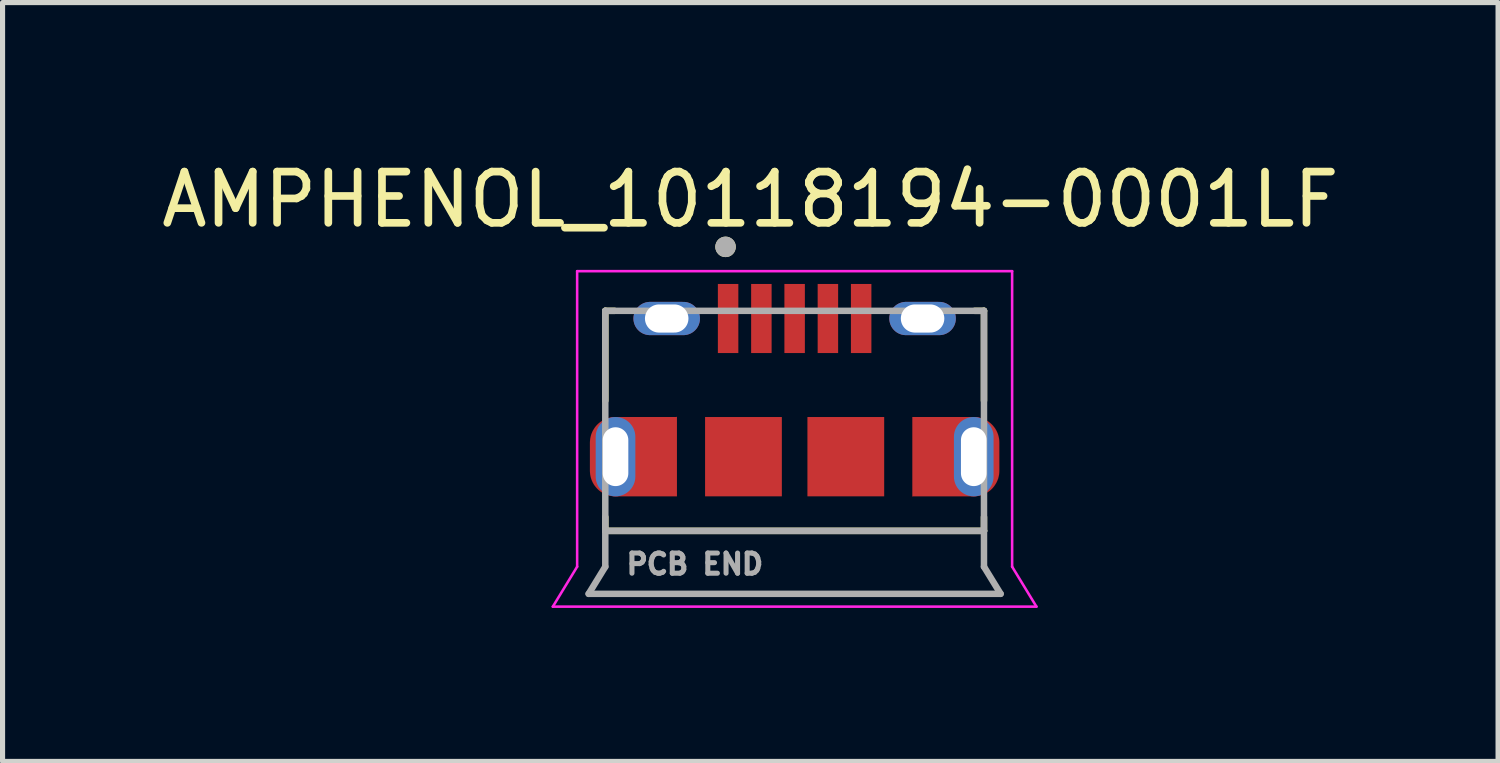
<source format=kicad_pcb>
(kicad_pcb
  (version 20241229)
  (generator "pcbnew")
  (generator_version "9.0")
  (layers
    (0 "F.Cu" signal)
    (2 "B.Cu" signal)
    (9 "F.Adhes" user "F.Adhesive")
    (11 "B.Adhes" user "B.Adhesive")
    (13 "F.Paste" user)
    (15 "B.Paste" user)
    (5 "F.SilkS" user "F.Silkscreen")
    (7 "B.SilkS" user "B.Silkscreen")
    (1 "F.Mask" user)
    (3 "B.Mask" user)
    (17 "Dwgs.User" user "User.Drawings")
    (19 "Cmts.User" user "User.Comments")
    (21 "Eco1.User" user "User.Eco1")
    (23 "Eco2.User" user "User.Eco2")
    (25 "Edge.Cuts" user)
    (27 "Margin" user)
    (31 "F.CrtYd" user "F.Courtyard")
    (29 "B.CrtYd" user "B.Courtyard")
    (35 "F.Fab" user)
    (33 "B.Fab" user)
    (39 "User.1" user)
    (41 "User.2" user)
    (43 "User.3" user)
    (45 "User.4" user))
  (footprint "AMPHENOL_10118194-0001LF"
    (layer "F.Cu")
    (at 12.478 5.874)
    (property "Reference" "AMPHENOL_10118194-0001LF" (at -0.866 -5.025 0) (layer "F.SilkS") (effects (font (size 1.001 1.001) (thickness 0.15))))
    (attr smd)
    (fp_poly (pts (xy -2.3 -0.78) (xy -2.3 0.775) (xy -3.498 0.775) (xy -3.498 0.575) (xy -3.486 0.575) (xy -3.473 0.574) (xy -3.46 0.572) (xy -3.447 0.57) (xy -3.434 0.567) (xy -3.422 0.563) (xy -3.41 0.558) (xy -3.398 0.553) (xy -3.386 0.548) (xy -3.374 0.542) (xy -3.363 0.535) (xy -3.353 0.527) (xy -3.342 0.52) (xy -3.332 0.511) (xy -3.323 0.502) (xy -3.314 0.493) (xy -3.305 0.483) (xy -3.298 0.472) (xy -3.29 0.462) (xy -3.283 0.451) (xy -3.277 0.439) (xy -3.272 0.427) (xy -3.267 0.415) (xy -3.262 0.403) (xy -3.258 0.391) (xy -3.255 0.378) (xy -3.253 0.365) (xy -3.251 0.352) (xy -3.25 0.339) (xy -3.25 0.325) (xy -3.25 0.315) (xy -3.25 -0.315) (xy -3.25 -0.325) (xy -3.25 -0.338) (xy -3.251 -0.351) (xy -3.253 -0.364) (xy -3.255 -0.377) (xy -3.259 -0.39) (xy -3.262 -0.402) (xy -3.267 -0.415) (xy -3.272 -0.427) (xy -3.277 -0.438) (xy -3.283 -0.45) (xy -3.29 -0.461) (xy -3.298 -0.472) (xy -3.306 -0.482) (xy -3.314 -0.492) (xy -3.323 -0.502) (xy -3.333 -0.511) (xy -3.343 -0.519) (xy -3.353 -0.527) (xy -3.364 -0.535) (xy -3.375 -0.542) (xy -3.387 -0.548) (xy -3.398 -0.553) (xy -3.41 -0.558) (xy -3.423 -0.563) (xy -3.435 -0.566) (xy -3.448 -0.57) (xy -3.461 -0.572) (xy -3.474 -0.574) (xy -3.487 -0.575) (xy -3.5 -0.575) (xy -3.513 -0.575) (xy -3.526 -0.574) (xy -3.539 -0.572) (xy -3.552 -0.57) (xy -3.565 -0.566) (xy -3.577 -0.563) (xy -3.59 -0.558) (xy -3.602 -0.553) (xy -3.613 -0.548) (xy -3.625 -0.542) (xy -3.636 -0.535) (xy -3.647 -0.527) (xy -3.657 -0.519) (xy -3.667 -0.511) (xy -3.677 -0.502) (xy -3.686 -0.492) (xy -3.694 -0.482) (xy -3.702 -0.472) (xy -3.71 -0.461) (xy -3.717 -0.45) (xy -3.723 -0.438) (xy -3.728 -0.427) (xy -3.733 -0.415) (xy -3.738 -0.402) (xy -3.741 -0.39) (xy -3.745 -0.377) (xy -3.747 -0.364) (xy -3.749 -0.351) (xy -3.75 -0.338) (xy -3.75 -0.325) (xy -3.75 0.325) (xy -3.75 0.339) (xy -3.749 0.352) (xy -3.747 0.365) (xy -3.745 0.378) (xy -3.742 0.391) (xy -3.738 0.403) (xy -3.733 0.415) (xy -3.728 0.427) (xy -3.723 0.439) (xy -3.717 0.451) (xy -3.71 0.462) (xy -3.702 0.472) (xy -3.695 0.483) (xy -3.686 0.493) (xy -3.677 0.502) (xy -3.668 0.511) (xy -3.658 0.52) (xy -3.647 0.527) (xy -3.637 0.535) (xy -3.626 0.542) (xy -3.614 0.548) (xy -3.602 0.553) (xy -3.59 0.558) (xy -3.578 0.563) (xy -3.566 0.567) (xy -3.553 0.57) (xy -3.54 0.572) (xy -3.527 0.574) (xy -3.514 0.575) (xy -3.502 0.575) (xy -3.502 0.775) (xy -3.527 0.774) (xy -3.553 0.772) (xy -3.579 0.769) (xy -3.605 0.764) (xy -3.63 0.758) (xy -3.655 0.751) (xy -3.68 0.742) (xy -3.704 0.732) (xy -3.728 0.721) (xy -3.751 0.708) (xy -3.773 0.695) (xy -3.794 0.68) (xy -3.815 0.664) (xy -3.835 0.647) (xy -3.854 0.629) (xy -3.872 0.61) (xy -3.889 0.59) (xy -3.905 0.569) (xy -3.92 0.548) (xy -3.933 0.526) (xy -3.946 0.503) (xy -3.957 0.479) (xy -3.967 0.455) (xy -3.976 0.43) (xy -3.983 0.405) (xy -3.989 0.38) (xy -3.994 0.354) (xy -3.997 0.328) (xy -3.999 0.302) (xy -4 0.275) (xy -4 -0.275) (xy -3.999 -0.301) (xy -3.997 -0.327) (xy -3.994 -0.353) (xy -3.989 -0.379) (xy -3.983 -0.404) (xy -3.976 -0.43) (xy -3.967 -0.454) (xy -3.957 -0.478) (xy -3.946 -0.502) (xy -3.933 -0.525) (xy -3.919 -0.547) (xy -3.905 -0.569) (xy -3.889 -0.59) (xy -3.872 -0.61) (xy -3.854 -0.629) (xy -3.835 -0.647) (xy -3.815 -0.664) (xy -3.794 -0.68) (xy -3.772 -0.694) (xy -3.75 -0.708) (xy -3.727 -0.721) (xy -3.703 -0.732) (xy -3.679 -0.742) (xy -3.655 -0.751) (xy -3.629 -0.758) (xy -3.604 -0.764) (xy -3.578 -0.769) (xy -3.552 -0.772) (xy -3.526 -0.774) (xy -3.5 -0.775) (xy -2.305 -0.775) (xy -2.305 -0.78) (xy -2.3 -0.78)) (stroke (width 0.001) (type solid)) (fill yes) (layer "F.Cu"))
    (fp_poly (pts (xy 2.3 0.78) (xy 2.3 -0.775) (xy 3.498 -0.775) (xy 3.498 -0.575) (xy 3.486 -0.575) (xy 3.473 -0.574) (xy 3.46 -0.572) (xy 3.447 -0.57) (xy 3.434 -0.567) (xy 3.422 -0.563) (xy 3.41 -0.558) (xy 3.398 -0.553) (xy 3.386 -0.548) (xy 3.374 -0.542) (xy 3.363 -0.535) (xy 3.353 -0.527) (xy 3.342 -0.52) (xy 3.332 -0.511) (xy 3.323 -0.502) (xy 3.314 -0.493) (xy 3.305 -0.483) (xy 3.298 -0.472) (xy 3.29 -0.462) (xy 3.283 -0.451) (xy 3.277 -0.439) (xy 3.272 -0.427) (xy 3.267 -0.415) (xy 3.262 -0.403) (xy 3.258 -0.391) (xy 3.255 -0.378) (xy 3.253 -0.365) (xy 3.251 -0.352) (xy 3.25 -0.339) (xy 3.25 -0.325) (xy 3.25 -0.315) (xy 3.25 0.315) (xy 3.25 0.325) (xy 3.25 0.338) (xy 3.251 0.351) (xy 3.253 0.364) (xy 3.255 0.377) (xy 3.259 0.39) (xy 3.262 0.402) (xy 3.267 0.415) (xy 3.272 0.427) (xy 3.277 0.438) (xy 3.283 0.45) (xy 3.29 0.461) (xy 3.298 0.472) (xy 3.306 0.482) (xy 3.314 0.492) (xy 3.323 0.502) (xy 3.333 0.511) (xy 3.343 0.519) (xy 3.353 0.527) (xy 3.364 0.535) (xy 3.375 0.542) (xy 3.387 0.548) (xy 3.398 0.553) (xy 3.41 0.558) (xy 3.423 0.563) (xy 3.435 0.566) (xy 3.448 0.57) (xy 3.461 0.572) (xy 3.474 0.574) (xy 3.487 0.575) (xy 3.5 0.575) (xy 3.513 0.575) (xy 3.526 0.574) (xy 3.539 0.572) (xy 3.552 0.57) (xy 3.565 0.566) (xy 3.577 0.563) (xy 3.59 0.558) (xy 3.602 0.553) (xy 3.613 0.548) (xy 3.625 0.542) (xy 3.636 0.535) (xy 3.647 0.527) (xy 3.657 0.519) (xy 3.667 0.511) (xy 3.677 0.502) (xy 3.686 0.492) (xy 3.694 0.482) (xy 3.702 0.472) (xy 3.71 0.461) (xy 3.717 0.45) (xy 3.723 0.438) (xy 3.728 0.427) (xy 3.733 0.415) (xy 3.738 0.402) (xy 3.741 0.39) (xy 3.745 0.377) (xy 3.747 0.364) (xy 3.749 0.351) (xy 3.75 0.338) (xy 3.75 0.325) (xy 3.75 -0.325) (xy 3.75 -0.339) (xy 3.749 -0.352) (xy 3.747 -0.365) (xy 3.745 -0.378) (xy 3.742 -0.391) (xy 3.738 -0.403) (xy 3.733 -0.415) (xy 3.728 -0.427) (xy 3.723 -0.439) (xy 3.717 -0.451) (xy 3.71 -0.462) (xy 3.702 -0.472) (xy 3.695 -0.483) (xy 3.686 -0.493) (xy 3.677 -0.502) (xy 3.668 -0.511) (xy 3.658 -0.52) (xy 3.647 -0.527) (xy 3.637 -0.535) (xy 3.626 -0.542) (xy 3.614 -0.548) (xy 3.602 -0.553) (xy 3.59 -0.558) (xy 3.578 -0.563) (xy 3.566 -0.567) (xy 3.553 -0.57) (xy 3.54 -0.572) (xy 3.527 -0.574) (xy 3.514 -0.575) (xy 3.502 -0.575) (xy 3.502 -0.775) (xy 3.527 -0.774) (xy 3.553 -0.772) (xy 3.579 -0.769) (xy 3.605 -0.764) (xy 3.63 -0.758) (xy 3.655 -0.751) (xy 3.68 -0.742) (xy 3.704 -0.732) (xy 3.728 -0.721) (xy 3.751 -0.708) (xy 3.773 -0.695) (xy 3.794 -0.68) (xy 3.815 -0.664) (xy 3.835 -0.647) (xy 3.854 -0.629) (xy 3.872 -0.61) (xy 3.889 -0.59) (xy 3.905 -0.569) (xy 3.92 -0.548) (xy 3.933 -0.526) (xy 3.946 -0.503) (xy 3.957 -0.479) (xy 3.967 -0.455) (xy 3.976 -0.43) (xy 3.983 -0.405) (xy 3.989 -0.38) (xy 3.994 -0.354) (xy 3.997 -0.328) (xy 3.999 -0.302) (xy 4 -0.275) (xy 4 0.275) (xy 3.999 0.301) (xy 3.997 0.327) (xy 3.994 0.353) (xy 3.989 0.379) (xy 3.983 0.404) (xy 3.976 0.43) (xy 3.967 0.454) (xy 3.957 0.478) (xy 3.946 0.502) (xy 3.933 0.525) (xy 3.919 0.547) (xy 3.905 0.569) (xy 3.889 0.59) (xy 3.872 0.61) (xy 3.854 0.629) (xy 3.835 0.647) (xy 3.815 0.664) (xy 3.794 0.68) (xy 3.772 0.694) (xy 3.75 0.708) (xy 3.727 0.721) (xy 3.703 0.732) (xy 3.679 0.742) (xy 3.655 0.751) (xy 3.629 0.758) (xy 3.604 0.764) (xy 3.578 0.769) (xy 3.552 0.772) (xy 3.526 0.774) (xy 3.5 0.775) (xy 2.305 0.775) (xy 2.305 0.78) (xy 2.3 0.78)) (stroke (width 0.001) (type solid)) (fill yes) (layer "F.Cu"))
    (fp_poly (pts (xy -3.6 -0.875) (xy -2.2 -0.875) (xy -2.2 0.875) (xy -3.6 0.875) (xy -3.626 0.874) (xy -3.652 0.872) (xy -3.678 0.869) (xy -3.704 0.864) (xy -3.729 0.858) (xy -3.755 0.851) (xy -3.779 0.842) (xy -3.803 0.832) (xy -3.827 0.821) (xy -3.85 0.808) (xy -3.872 0.794) (xy -3.894 0.78) (xy -3.915 0.764) (xy -3.935 0.747) (xy -3.954 0.729) (xy -3.972 0.71) (xy -3.989 0.69) (xy -4.005 0.669) (xy -4.019 0.647) (xy -4.033 0.625) (xy -4.046 0.602) (xy -4.057 0.578) (xy -4.067 0.554) (xy -4.076 0.53) (xy -4.083 0.504) (xy -4.089 0.479) (xy -4.094 0.453) (xy -4.097 0.427) (xy -4.099 0.401) (xy -4.1 0.375) (xy -4.1 -0.375) (xy -4.099 -0.401) (xy -4.097 -0.427) (xy -4.094 -0.453) (xy -4.089 -0.479) (xy -4.083 -0.504) (xy -4.076 -0.53) (xy -4.067 -0.554) (xy -4.057 -0.578) (xy -4.046 -0.602) (xy -4.033 -0.625) (xy -4.019 -0.647) (xy -4.005 -0.669) (xy -3.989 -0.69) (xy -3.972 -0.71) (xy -3.954 -0.729) (xy -3.935 -0.747) (xy -3.915 -0.764) (xy -3.894 -0.78) (xy -3.872 -0.794) (xy -3.85 -0.808) (xy -3.827 -0.821) (xy -3.803 -0.832) (xy -3.779 -0.842) (xy -3.755 -0.851) (xy -3.729 -0.858) (xy -3.704 -0.864) (xy -3.678 -0.869) (xy -3.652 -0.872) (xy -3.626 -0.874) (xy -3.6 -0.875)) (stroke (width 0.0001) (type solid)) (fill yes) (layer "F.Mask"))
    (fp_poly (pts (xy 3.6 0.875) (xy 2.2 0.875) (xy 2.2 -0.875) (xy 3.6 -0.875) (xy 3.626 -0.874) (xy 3.652 -0.872) (xy 3.678 -0.869) (xy 3.704 -0.864) (xy 3.729 -0.858) (xy 3.755 -0.851) (xy 3.779 -0.842) (xy 3.803 -0.832) (xy 3.827 -0.821) (xy 3.85 -0.808) (xy 3.872 -0.794) (xy 3.894 -0.78) (xy 3.915 -0.764) (xy 3.935 -0.747) (xy 3.954 -0.729) (xy 3.972 -0.71) (xy 3.989 -0.69) (xy 4.005 -0.669) (xy 4.019 -0.647) (xy 4.033 -0.625) (xy 4.046 -0.602) (xy 4.057 -0.578) (xy 4.067 -0.554) (xy 4.076 -0.53) (xy 4.083 -0.504) (xy 4.089 -0.479) (xy 4.094 -0.453) (xy 4.097 -0.427) (xy 4.099 -0.401) (xy 4.1 -0.375) (xy 4.1 0.375) (xy 4.099 0.401) (xy 4.097 0.427) (xy 4.094 0.453) (xy 4.089 0.479) (xy 4.083 0.504) (xy 4.076 0.53) (xy 4.067 0.554) (xy 4.057 0.578) (xy 4.046 0.602) (xy 4.033 0.625) (xy 4.019 0.647) (xy 4.005 0.669) (xy 3.989 0.69) (xy 3.972 0.71) (xy 3.954 0.729) (xy 3.935 0.747) (xy 3.915 0.764) (xy 3.894 0.78) (xy 3.872 0.794) (xy 3.85 0.808) (xy 3.827 0.821) (xy 3.803 0.832) (xy 3.779 0.842) (xy 3.755 0.851) (xy 3.729 0.858) (xy 3.704 0.864) (xy 3.678 0.869) (xy 3.652 0.872) (xy 3.626 0.874) (xy 3.6 0.875)) (stroke (width 0.0001) (type solid)) (fill yes) (layer "F.Mask"))
    (fp_line (start -3.7 -2.85) (end -3.7 -1.095) (stroke (width 0.127) (type solid)) (layer "F.SilkS"))
    (fp_line (start -3.7 -2.85) (end -3.52 -2.85) (stroke (width 0.127) (type solid)) (layer "F.SilkS"))
    (fp_line (start -3.7 1.45) (end -3.7 1.18) (stroke (width 0.127) (type solid)) (layer "F.SilkS"))
    (fp_line (start -3.7 1.45) (end 3.7 1.45) (stroke (width 0.127) (type solid)) (layer "F.SilkS"))
    (fp_line (start 3.7 -2.85) (end 3.52 -2.85) (stroke (width 0.127) (type solid)) (layer "F.SilkS"))
    (fp_line (start 3.7 -2.85) (end 3.7 -1.095) (stroke (width 0.127) (type solid)) (layer "F.SilkS"))
    (fp_line (start 3.7 1.18) (end 3.7 1.45) (stroke (width 0.127) (type solid)) (layer "F.SilkS"))
    (fp_circle (center -1.35 -4.1) (end -1.25 -4.1) (stroke (width 0.2) (type solid)) (fill no) (layer "F.SilkS"))
    (fp_line (start -3.5 -0.77) (end -3.5 -0.6) (stroke (width 0.0001) (type solid)) (layer "F.Paste"))
    (fp_line (start 3.5 0.77) (end 3.5 0.6) (stroke (width 0.0001) (type solid)) (layer "F.Paste"))
    (fp_poly (pts (xy -3.5 -0.775) (xy -3.5 -0.575) (xy -3.487 -0.575) (xy -3.474 -0.574) (xy -3.461 -0.572) (xy -3.448 -0.57) (xy -3.435 -0.566) (xy -3.423 -0.563) (xy -3.41 -0.558) (xy -3.398 -0.553) (xy -3.387 -0.548) (xy -3.375 -0.542) (xy -3.364 -0.535) (xy -3.353 -0.527) (xy -3.343 -0.519) (xy -3.333 -0.511) (xy -3.323 -0.502) (xy -3.314 -0.492) (xy -3.306 -0.482) (xy -3.298 -0.472) (xy -3.29 -0.461) (xy -3.283 -0.45) (xy -3.277 -0.438) (xy -3.272 -0.427) (xy -3.267 -0.415) (xy -3.262 -0.402) (xy -3.259 -0.39) (xy -3.255 -0.377) (xy -3.253 -0.364) (xy -3.251 -0.351) (xy -3.25 -0.338) (xy -3.25 -0.325) (xy -3.25 0.325) (xy -3.25 0.338) (xy -3.251 0.351) (xy -3.253 0.364) (xy -3.255 0.377) (xy -3.259 0.39) (xy -3.262 0.402) (xy -3.267 0.415) (xy -3.272 0.427) (xy -3.277 0.438) (xy -3.283 0.45) (xy -3.29 0.461) (xy -3.298 0.472) (xy -3.306 0.482) (xy -3.314 0.492) (xy -3.323 0.502) (xy -3.333 0.511) (xy -3.343 0.519) (xy -3.353 0.527) (xy -3.364 0.535) (xy -3.375 0.542) (xy -3.387 0.548) (xy -3.398 0.553) (xy -3.41 0.558) (xy -3.423 0.563) (xy -3.435 0.566) (xy -3.448 0.57) (xy -3.461 0.572) (xy -3.474 0.574) (xy -3.487 0.575) (xy -3.5 0.575) (xy -3.5 0.775) (xy -2.3 0.775) (xy -2.3 -0.775) (xy -3.5 -0.775)) (stroke (width 0.0001) (type solid)) (fill yes) (layer "F.Paste"))
    (fp_poly (pts (xy 3.5 0.775) (xy 3.5 0.575) (xy 3.487 0.575) (xy 3.474 0.574) (xy 3.461 0.572) (xy 3.448 0.57) (xy 3.435 0.566) (xy 3.423 0.563) (xy 3.41 0.558) (xy 3.398 0.553) (xy 3.387 0.548) (xy 3.375 0.542) (xy 3.364 0.535) (xy 3.353 0.527) (xy 3.343 0.519) (xy 3.333 0.511) (xy 3.323 0.502) (xy 3.314 0.492) (xy 3.306 0.482) (xy 3.298 0.472) (xy 3.29 0.461) (xy 3.283 0.45) (xy 3.277 0.438) (xy 3.272 0.427) (xy 3.267 0.415) (xy 3.262 0.402) (xy 3.259 0.39) (xy 3.255 0.377) (xy 3.253 0.364) (xy 3.251 0.351) (xy 3.25 0.338) (xy 3.25 0.325) (xy 3.25 -0.325) (xy 3.25 -0.338) (xy 3.251 -0.351) (xy 3.253 -0.364) (xy 3.255 -0.377) (xy 3.259 -0.39) (xy 3.262 -0.402) (xy 3.267 -0.415) (xy 3.272 -0.427) (xy 3.277 -0.438) (xy 3.283 -0.45) (xy 3.29 -0.461) (xy 3.298 -0.472) (xy 3.306 -0.482) (xy 3.314 -0.492) (xy 3.323 -0.502) (xy 3.333 -0.511) (xy 3.343 -0.519) (xy 3.353 -0.527) (xy 3.364 -0.535) (xy 3.375 -0.542) (xy 3.387 -0.548) (xy 3.398 -0.553) (xy 3.41 -0.558) (xy 3.423 -0.563) (xy 3.435 -0.566) (xy 3.448 -0.57) (xy 3.461 -0.572) (xy 3.474 -0.574) (xy 3.487 -0.575) (xy 3.5 -0.575) (xy 3.5 -0.775) (xy 2.3 -0.775) (xy 2.3 0.775) (xy 3.5 0.775)) (stroke (width 0.0001) (type solid)) (fill yes) (layer "F.Paste"))
    (fp_poly (pts (xy -3.5 -0.775) (xy -3.5 -0.575) (xy -3.513 -0.575) (xy -3.526 -0.574) (xy -3.539 -0.572) (xy -3.552 -0.57) (xy -3.565 -0.566) (xy -3.577 -0.563) (xy -3.59 -0.558) (xy -3.602 -0.553) (xy -3.613 -0.548) (xy -3.625 -0.542) (xy -3.636 -0.535) (xy -3.647 -0.527) (xy -3.657 -0.519) (xy -3.667 -0.511) (xy -3.677 -0.502) (xy -3.686 -0.492) (xy -3.694 -0.482) (xy -3.702 -0.472) (xy -3.71 -0.461) (xy -3.717 -0.45) (xy -3.723 -0.438) (xy -3.728 -0.427) (xy -3.733 -0.415) (xy -3.738 -0.402) (xy -3.741 -0.39) (xy -3.745 -0.377) (xy -3.747 -0.364) (xy -3.749 -0.351) (xy -3.75 -0.338) (xy -3.75 -0.325) (xy -3.75 0.325) (xy -3.75 0.338) (xy -3.749 0.351) (xy -3.747 0.364) (xy -3.745 0.377) (xy -3.741 0.39) (xy -3.738 0.402) (xy -3.733 0.415) (xy -3.728 0.427) (xy -3.723 0.438) (xy -3.717 0.45) (xy -3.71 0.461) (xy -3.702 0.472) (xy -3.694 0.482) (xy -3.686 0.492) (xy -3.677 0.502) (xy -3.667 0.511) (xy -3.657 0.519) (xy -3.647 0.527) (xy -3.636 0.535) (xy -3.625 0.542) (xy -3.613 0.548) (xy -3.602 0.553) (xy -3.59 0.558) (xy -3.577 0.563) (xy -3.565 0.566) (xy -3.552 0.57) (xy -3.539 0.572) (xy -3.526 0.574) (xy -3.513 0.575) (xy -3.5 0.575) (xy -3.5 0.775) (xy -3.526 0.774) (xy -3.552 0.772) (xy -3.578 0.769) (xy -3.604 0.764) (xy -3.629 0.758) (xy -3.655 0.751) (xy -3.679 0.742) (xy -3.703 0.732) (xy -3.727 0.721) (xy -3.75 0.708) (xy -3.772 0.694) (xy -3.794 0.68) (xy -3.815 0.664) (xy -3.835 0.647) (xy -3.854 0.629) (xy -3.872 0.61) (xy -3.889 0.59) (xy -3.905 0.569) (xy -3.919 0.547) (xy -3.933 0.525) (xy -3.946 0.502) (xy -3.957 0.478) (xy -3.967 0.454) (xy -3.976 0.43) (xy -3.983 0.404) (xy -3.989 0.379) (xy -3.994 0.353) (xy -3.997 0.327) (xy -3.999 0.301) (xy -4 0.275) (xy -4 -0.275) (xy -3.999 -0.301) (xy -3.997 -0.327) (xy -3.994 -0.353) (xy -3.989 -0.379) (xy -3.983 -0.404) (xy -3.976 -0.43) (xy -3.967 -0.454) (xy -3.957 -0.478) (xy -3.946 -0.502) (xy -3.933 -0.525) (xy -3.919 -0.547) (xy -3.905 -0.569) (xy -3.889 -0.59) (xy -3.872 -0.61) (xy -3.854 -0.629) (xy -3.835 -0.647) (xy -3.815 -0.664) (xy -3.794 -0.68) (xy -3.772 -0.694) (xy -3.75 -0.708) (xy -3.727 -0.721) (xy -3.703 -0.732) (xy -3.679 -0.742) (xy -3.655 -0.751) (xy -3.629 -0.758) (xy -3.604 -0.764) (xy -3.578 -0.769) (xy -3.552 -0.772) (xy -3.526 -0.774) (xy -3.5 -0.775)) (stroke (width 0.0001) (type solid)) (fill yes) (layer "F.Paste"))
    (fp_poly (pts (xy 3.5 0.775) (xy 3.5 0.575) (xy 3.513 0.575) (xy 3.526 0.574) (xy 3.539 0.572) (xy 3.552 0.57) (xy 3.565 0.566) (xy 3.577 0.563) (xy 3.59 0.558) (xy 3.602 0.553) (xy 3.613 0.548) (xy 3.625 0.542) (xy 3.636 0.535) (xy 3.647 0.527) (xy 3.657 0.519) (xy 3.667 0.511) (xy 3.677 0.502) (xy 3.686 0.492) (xy 3.694 0.482) (xy 3.702 0.472) (xy 3.71 0.461) (xy 3.717 0.45) (xy 3.723 0.438) (xy 3.728 0.427) (xy 3.733 0.415) (xy 3.738 0.402) (xy 3.741 0.39) (xy 3.745 0.377) (xy 3.747 0.364) (xy 3.749 0.351) (xy 3.75 0.338) (xy 3.75 0.325) (xy 3.75 -0.325) (xy 3.75 -0.338) (xy 3.749 -0.351) (xy 3.747 -0.364) (xy 3.745 -0.377) (xy 3.741 -0.39) (xy 3.738 -0.402) (xy 3.733 -0.415) (xy 3.728 -0.427) (xy 3.723 -0.438) (xy 3.717 -0.45) (xy 3.71 -0.461) (xy 3.702 -0.472) (xy 3.694 -0.482) (xy 3.686 -0.492) (xy 3.677 -0.502) (xy 3.667 -0.511) (xy 3.657 -0.519) (xy 3.647 -0.527) (xy 3.636 -0.535) (xy 3.625 -0.542) (xy 3.613 -0.548) (xy 3.602 -0.553) (xy 3.59 -0.558) (xy 3.577 -0.563) (xy 3.565 -0.566) (xy 3.552 -0.57) (xy 3.539 -0.572) (xy 3.526 -0.574) (xy 3.513 -0.575) (xy 3.5 -0.575) (xy 3.5 -0.775) (xy 3.526 -0.774) (xy 3.552 -0.772) (xy 3.578 -0.769) (xy 3.604 -0.764) (xy 3.629 -0.758) (xy 3.655 -0.751) (xy 3.679 -0.742) (xy 3.703 -0.732) (xy 3.727 -0.721) (xy 3.75 -0.708) (xy 3.772 -0.694) (xy 3.794 -0.68) (xy 3.815 -0.664) (xy 3.835 -0.647) (xy 3.854 -0.629) (xy 3.872 -0.61) (xy 3.889 -0.59) (xy 3.905 -0.569) (xy 3.919 -0.547) (xy 3.933 -0.525) (xy 3.946 -0.502) (xy 3.957 -0.478) (xy 3.967 -0.454) (xy 3.976 -0.43) (xy 3.983 -0.404) (xy 3.989 -0.379) (xy 3.994 -0.353) (xy 3.997 -0.327) (xy 3.999 -0.301) (xy 4 -0.275) (xy 4 0.275) (xy 3.999 0.301) (xy 3.997 0.327) (xy 3.994 0.353) (xy 3.989 0.379) (xy 3.983 0.404) (xy 3.976 0.43) (xy 3.967 0.454) (xy 3.957 0.478) (xy 3.946 0.502) (xy 3.933 0.525) (xy 3.919 0.547) (xy 3.905 0.569) (xy 3.889 0.59) (xy 3.872 0.61) (xy 3.854 0.629) (xy 3.835 0.647) (xy 3.815 0.664) (xy 3.794 0.68) (xy 3.772 0.694) (xy 3.75 0.708) (xy 3.727 0.721) (xy 3.703 0.732) (xy 3.679 0.742) (xy 3.655 0.751) (xy 3.629 0.758) (xy 3.604 0.764) (xy 3.578 0.769) (xy 3.552 0.772) (xy 3.526 0.774) (xy 3.5 0.775)) (stroke (width 0.0001) (type solid)) (fill yes) (layer "F.Paste"))
    (fp_line (start -4.725 2.93) (end -4.25 2.15) (stroke (width 0.05) (type solid)) (layer "F.CrtYd"))
    (fp_line (start -4.25 -3.625) (end 4.25 -3.625) (stroke (width 0.05) (type solid)) (layer "F.CrtYd"))
    (fp_line (start -4.25 2.15) (end -4.25 -3.625) (stroke (width 0.05) (type solid)) (layer "F.CrtYd"))
    (fp_line (start 4.25 2.15) (end 4.25 -3.625) (stroke (width 0.05) (type solid)) (layer "F.CrtYd"))
    (fp_line (start 4.725 2.93) (end -4.725 2.93) (stroke (width 0.05) (type solid)) (layer "F.CrtYd"))
    (fp_line (start 4.725 2.93) (end 4.25 2.15) (stroke (width 0.05) (type solid)) (layer "F.CrtYd"))
    (fp_line (start -4.025 2.68) (end 4.025 2.68) (stroke (width 0.127) (type solid)) (layer "F.Fab"))
    (fp_line (start -3.7 -2.85) (end -3.7 1.45) (stroke (width 0.127) (type solid)) (layer "F.Fab"))
    (fp_line (start -3.7 -2.85) (end 3.7 -2.85) (stroke (width 0.127) (type solid)) (layer "F.Fab"))
    (fp_line (start -3.7 1.45) (end -3.7 2.15) (stroke (width 0.127) (type solid)) (layer "F.Fab"))
    (fp_line (start -3.7 1.45) (end 3.7 1.45) (stroke (width 0.127) (type solid)) (layer "F.Fab"))
    (fp_line (start -3.7 2.15) (end -4.025 2.68) (stroke (width 0.127) (type solid)) (layer "F.Fab"))
    (fp_line (start 3.7 1.45) (end 3.7 -2.85) (stroke (width 0.127) (type solid)) (layer "F.Fab"))
    (fp_line (start 3.7 2.15) (end 3.7 1.45) (stroke (width 0.127) (type solid)) (layer "F.Fab"))
    (fp_line (start 4.025 2.68) (end 3.7 2.15) (stroke (width 0.127) (type solid)) (layer "F.Fab"))
    (fp_circle (center -1.35 -4.1) (end -1.25 -4.1) (stroke (width 0.2) (type solid)) (fill no) (layer "F.Fab"))
    (fp_text user "PCB END" (at -1.95 2.1 0) (layer "F.Fab") (effects (font (size 0.394 0.394) (thickness 0.15))))
    (pad "1" smd rect (at -1.3 -2.7) (size 0.4 1.35) (layers "F.Cu" "F.Mask" "F.Paste"))
    (pad "2" smd rect (at -0.65 -2.7) (size 0.4 1.35) (layers "F.Cu" "F.Mask" "F.Paste"))
    (pad "3" smd rect (at 0 -2.7) (size 0.4 1.35) (layers "F.Cu" "F.Mask" "F.Paste"))
    (pad "4" smd rect (at 0.65 -2.7) (size 0.4 1.35) (layers "F.Cu" "F.Mask" "F.Paste"))
    (pad "5" smd rect (at 1.3 -2.7) (size 0.4 1.35) (layers "F.Cu" "F.Mask" "F.Paste"))
    (pad "S1" thru_hole oval (at -2.5 -2.7) (size 1.3 0.65) (drill oval 0.85 0.55) (layers "*.Cu" "*.Mask"))
    (pad "S2" thru_hole oval (at 2.5 -2.7) (size 1.3 0.65) (drill oval 0.85 0.55) (layers "*.Cu" "*.Mask"))
    (pad "S3" thru_hole oval (at -3.5 0) (size 0.775 1.55) (drill oval 0.5 1.15) (layers "*.Cu" "*.Mask"))
    (pad "S4" smd rect (at -1 0) (size 1.5 1.55) (layers "F.Cu" "F.Mask" "F.Paste"))
    (pad "S5" smd rect (at 1 0) (size 1.5 1.55) (layers "F.Cu" "F.Mask" "F.Paste"))
    (pad "S6" thru_hole oval (at 3.5 0) (size 0.775 1.55) (drill oval 0.5 1.15) (layers "*.Cu" "*.Mask")))
  (gr_rect
    (start -3 -3)
    (end 26.224 11.829)
    (stroke (width 0.1) (type default))
    (fill no)
    (layer "Edge.Cuts")))
</source>
